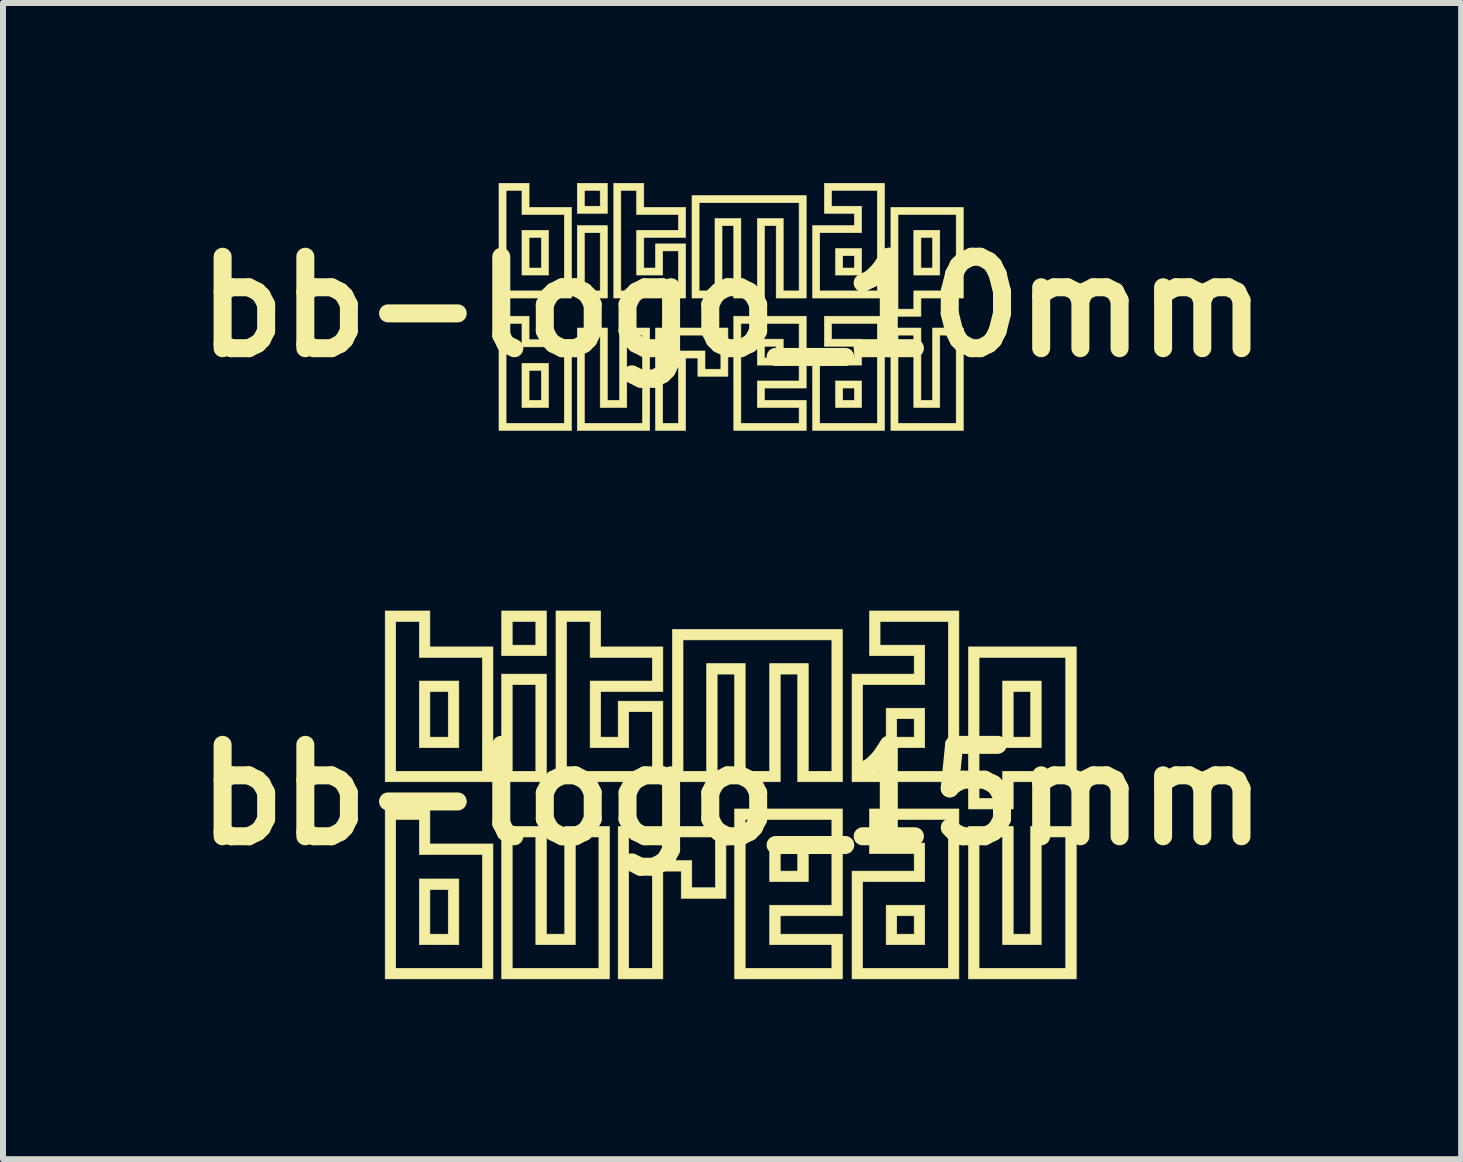
<source format=kicad_pcb>
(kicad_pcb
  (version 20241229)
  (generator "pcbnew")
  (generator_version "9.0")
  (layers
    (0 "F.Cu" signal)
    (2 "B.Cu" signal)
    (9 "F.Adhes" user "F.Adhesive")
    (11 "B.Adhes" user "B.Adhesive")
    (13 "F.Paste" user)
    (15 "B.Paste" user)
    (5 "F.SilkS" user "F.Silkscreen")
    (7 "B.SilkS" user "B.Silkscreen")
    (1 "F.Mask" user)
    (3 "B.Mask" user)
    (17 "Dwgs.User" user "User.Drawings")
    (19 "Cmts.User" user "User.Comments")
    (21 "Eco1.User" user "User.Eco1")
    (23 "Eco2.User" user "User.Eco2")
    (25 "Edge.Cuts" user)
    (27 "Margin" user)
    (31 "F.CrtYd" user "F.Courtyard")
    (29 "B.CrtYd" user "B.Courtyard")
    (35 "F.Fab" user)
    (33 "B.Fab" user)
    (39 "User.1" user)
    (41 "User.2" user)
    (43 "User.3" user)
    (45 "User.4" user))
  (footprint "bb-logo_10mm"
    (layer "F.Cu")
    (at 9.151 2.064)
    (property "Reference" "bb-logo_10mm" (at 0 0 0) (layer "F.SilkS") (effects (font (size 1.524 1.524) (thickness 0.3))))
    (attr through_hole)
    (fp_poly (pts (xy -3.06 -0.53) (xy -3.501 -0.53) (xy -3.501 -1.157) (xy -3.383 -1.157) (xy -3.383 -0.647) (xy -3.177 -0.647) (xy -3.177 -1.157) (xy -3.383 -1.157) (xy -3.501 -1.157) (xy -3.501 -1.275) (xy -3.06 -1.275) (xy -3.06 -0.53)) (stroke (width 0.01) (type solid)) (fill yes) (layer "F.SilkS"))
    (fp_poly (pts (xy -3.06 1.677) (xy -3.501 1.677) (xy -3.501 1.059) (xy -3.383 1.059) (xy -3.383 1.559) (xy -3.177 1.559) (xy -3.177 1.059) (xy -3.383 1.059) (xy -3.501 1.059) (xy -3.501 0.941) (xy -3.06 0.941) (xy -3.06 1.677)) (stroke (width 0.01) (type solid)) (fill yes) (layer "F.SilkS"))
    (fp_poly (pts (xy -2.079 -1.559) (xy -2.579 -1.559) (xy -2.579 -1.942) (xy -2.462 -1.942) (xy -2.462 -1.677) (xy -2.197 -1.677) (xy -2.197 -1.942) (xy -2.462 -1.942) (xy -2.579 -1.942) (xy -2.579 -2.059) (xy -2.079 -2.059) (xy -2.079 -1.559)) (stroke (width 0.01) (type solid)) (fill yes) (layer "F.SilkS"))
    (fp_poly (pts (xy -2.079 -0.147) (xy -2.579 -0.147) (xy -2.579 -1.236) (xy -2.462 -1.236) (xy -2.462 -0.265) (xy -2.197 -0.265) (xy -2.197 -1.236) (xy -2.462 -1.236) (xy -2.579 -1.236) (xy -2.579 -1.353) (xy -2.079 -1.353) (xy -2.079 -0.147)) (stroke (width 0.01) (type solid)) (fill yes) (layer "F.SilkS"))
    (fp_poly (pts (xy 0.853 0.971) (xy 0.422 0.971) (xy 0.422 0.657) (xy 0.539 0.657) (xy 0.539 0.853) (xy 0.736 0.853) (xy 0.736 0.657) (xy 0.539 0.657) (xy 0.422 0.657) (xy 0.422 0.539) (xy 0.853 0.539) (xy 0.853 0.971)) (stroke (width 0.01) (type solid)) (fill yes) (layer "F.SilkS"))
    (fp_poly (pts (xy 2.158 -0.53) (xy 1.726 -0.53) (xy 1.726 -0.853) (xy 1.844 -0.853) (xy 1.844 -0.647) (xy 2.04 -0.647) (xy 2.04 -0.853) (xy 1.844 -0.853) (xy 1.726 -0.853) (xy 1.726 -0.971) (xy 2.158 -0.971) (xy 2.158 -0.53)) (stroke (width 0.01) (type solid)) (fill yes) (layer "F.SilkS"))
    (fp_poly (pts (xy 2.158 1.677) (xy 1.726 1.677) (xy 1.726 1.353) (xy 1.844 1.353) (xy 1.844 1.559) (xy 2.04 1.559) (xy 2.04 1.353) (xy 1.844 1.353) (xy 1.726 1.353) (xy 1.726 1.236) (xy 2.158 1.236) (xy 2.158 1.677)) (stroke (width 0.01) (type solid)) (fill yes) (layer "F.SilkS"))
    (fp_poly (pts (xy 3.462 -0.53) (xy 3.03 -0.53) (xy 3.03 -1.157) (xy 3.148 -1.157) (xy 3.148 -0.647) (xy 3.344 -0.647) (xy 3.344 -1.157) (xy 3.148 -1.157) (xy 3.03 -1.157) (xy 3.03 -1.275) (xy 3.462 -1.275) (xy 3.462 -0.53)) (stroke (width 0.01) (type solid)) (fill yes) (layer "F.SilkS"))
    (fp_poly (pts (xy -3.383 -1.657) (xy -2.677 -1.657) (xy -2.677 -0.147) (xy -3.884 -0.147) (xy -3.884 -1.942) (xy -3.766 -1.942) (xy -3.766 -0.265) (xy -2.795 -0.265) (xy -2.795 -1.54) (xy -3.501 -1.54) (xy -3.501 -1.942) (xy -3.766 -1.942) (xy -3.884 -1.942) (xy -3.884 -2.059) (xy -3.383 -2.059) (xy -3.383 -1.657)) (stroke (width 0.01) (type solid)) (fill yes) (layer "F.SilkS"))
    (fp_poly (pts (xy -3.383 0.549) (xy -2.677 0.549) (xy -2.677 2.059) (xy -3.884 2.059) (xy -3.884 0.275) (xy -3.766 0.275) (xy -3.766 1.942) (xy -2.795 1.942) (xy -2.795 0.667) (xy -3.501 0.667) (xy -3.501 0.275) (xy -3.766 0.275) (xy -3.884 0.275) (xy -3.884 0.157) (xy -3.383 0.157) (xy -3.383 0.549)) (stroke (width 0.01) (type solid)) (fill yes) (layer "F.SilkS"))
    (fp_poly (pts (xy 3.854 -0.147) (xy 3.148 -0.147) (xy 3.148 0.157) (xy 2.648 0.157) (xy 2.648 -1.54) (xy 2.766 -1.54) (xy 2.766 0.039) (xy 3.03 0.039) (xy 3.03 -0.265) (xy 3.736 -0.265) (xy 3.736 -1.54) (xy 2.766 -1.54) (xy 2.648 -1.54) (xy 2.648 -1.657) (xy 3.854 -1.657) (xy 3.854 -0.147)) (stroke (width 0.01) (type solid)) (fill yes) (layer "F.SilkS"))
    (fp_poly (pts (xy -2.079 1.559) (xy -1.873 1.559) (xy -1.873 0.353) (xy -1.373 0.353) (xy -1.373 2.059) (xy -2.579 2.059) (xy -2.579 0.471) (xy -2.462 0.471) (xy -2.462 1.942) (xy -1.491 1.942) (xy -1.491 0.471) (xy -1.755 0.471) (xy -1.755 1.677) (xy -2.197 1.677) (xy -2.197 0.471) (xy -2.462 0.471) (xy -2.579 0.471) (xy -2.579 0.353) (xy -2.079 0.353) (xy -2.079 1.559)) (stroke (width 0.01) (type solid)) (fill yes) (layer "F.SilkS"))
    (fp_poly (pts (xy -0.069 1.157) (xy -0.569 1.157) (xy -0.569 0.853) (xy -0.775 0.853) (xy -0.775 2.059) (xy -1.275 2.059) (xy -1.275 0.471) (xy -1.157 0.471) (xy -1.157 1.942) (xy -0.892 1.942) (xy -0.892 0.736) (xy -0.451 0.736) (xy -0.451 1.04) (xy -0.186 1.04) (xy -0.186 0.471) (xy -1.157 0.471) (xy -1.275 0.471) (xy -1.275 0.353) (xy -0.069 0.353) (xy -0.069 1.157)) (stroke (width 0.01) (type solid)) (fill yes) (layer "F.SilkS"))
    (fp_poly (pts (xy 1.236 1.353) (xy 0.539 1.353) (xy 0.539 1.559) (xy 1.236 1.559) (xy 1.236 2.059) (xy 0.029 2.059) (xy 0.029 0.275) (xy 0.147 0.275) (xy 0.147 1.942) (xy 1.118 1.942) (xy 1.118 1.677) (xy 0.422 1.677) (xy 0.422 1.236) (xy 1.118 1.236) (xy 1.118 0.275) (xy 0.147 0.275) (xy 0.029 0.275) (xy 0.029 0.157) (xy 1.236 0.157) (xy 1.236 1.353)) (stroke (width 0.01) (type solid)) (fill yes) (layer "F.SilkS"))
    (fp_poly (pts (xy 2.54 -0.147) (xy 1.344 -0.147) (xy 1.344 -1.236) (xy 1.461 -1.236) (xy 1.461 -0.265) (xy 2.422 -0.265) (xy 2.422 -1.942) (xy 1.657 -1.942) (xy 1.657 -1.677) (xy 2.158 -1.677) (xy 2.158 -1.236) (xy 1.461 -1.236) (xy 1.344 -1.236) (xy 1.344 -1.353) (xy 2.04 -1.353) (xy 2.04 -1.559) (xy 1.54 -1.559) (xy 1.54 -2.059) (xy 2.54 -2.059) (xy 2.54 -0.147)) (stroke (width 0.01) (type solid)) (fill yes) (layer "F.SilkS"))
    (fp_poly (pts (xy 2.54 2.059) (xy 1.344 2.059) (xy 1.344 0.971) (xy 1.461 0.971) (xy 1.461 1.942) (xy 2.422 1.942) (xy 2.422 0.275) (xy 1.657 0.275) (xy 1.657 0.539) (xy 2.158 0.539) (xy 2.158 0.971) (xy 1.461 0.971) (xy 1.344 0.971) (xy 1.344 0.853) (xy 2.04 0.853) (xy 2.04 0.657) (xy 1.54 0.657) (xy 1.54 0.157) (xy 2.54 0.157) (xy 2.54 2.059)) (stroke (width 0.01) (type solid)) (fill yes) (layer "F.SilkS"))
    (fp_poly (pts (xy 3.148 1.559) (xy 3.344 1.559) (xy 3.344 0.353) (xy 3.854 0.353) (xy 3.854 2.059) (xy 2.648 2.059) (xy 2.648 0.471) (xy 2.766 0.471) (xy 2.766 1.942) (xy 3.736 1.942) (xy 3.736 0.471) (xy 3.462 0.471) (xy 3.462 1.677) (xy 3.03 1.677) (xy 3.03 0.471) (xy 2.766 0.471) (xy 2.648 0.471) (xy 2.648 0.353) (xy 3.148 0.353) (xy 3.148 1.559)) (stroke (width 0.01) (type solid)) (fill yes) (layer "F.SilkS"))
    (fp_poly (pts (xy -1.471 -1.657) (xy -0.775 -1.657) (xy -0.775 -1.157) (xy -1.471 -1.157) (xy -1.471 -0.647) (xy -1.275 -0.647) (xy -1.275 -1.049) (xy -0.775 -1.049) (xy -0.775 -0.147) (xy -1.971 -0.147) (xy -1.971 -1.942) (xy -1.854 -1.942) (xy -1.854 -0.265) (xy -0.892 -0.265) (xy -0.892 -0.932) (xy -1.157 -0.932) (xy -1.157 -0.53) (xy -1.589 -0.53) (xy -1.589 -1.275) (xy -0.892 -1.275) (xy -0.892 -1.54) (xy -1.589 -1.54) (xy -1.589 -1.942) (xy -1.854 -1.942) (xy -1.971 -1.942) (xy -1.971 -2.059) (xy -1.471 -2.059) (xy -1.471 -1.657)) (stroke (width 0.01) (type solid)) (fill yes) (layer "F.SilkS"))
    (fp_poly (pts (xy 1.236 -0.147) (xy 0.736 -0.147) (xy 0.736 -1.353) (xy 0.539 -1.353) (xy 0.539 -0.147) (xy 0.029 -0.147) (xy 0.029 -1.353) (xy -0.167 -1.353) (xy -0.167 -0.147) (xy -0.667 -0.147) (xy -0.667 -1.736) (xy -0.549 -1.736) (xy -0.549 -0.265) (xy -0.284 -0.265) (xy -0.284 -1.471) (xy 0.147 -1.471) (xy 0.147 -0.265) (xy 0.422 -0.265) (xy 0.422 -1.471) (xy 0.853 -1.471) (xy 0.853 -0.265) (xy 1.118 -0.265) (xy 1.118 -1.736) (xy -0.549 -1.736) (xy -0.667 -1.736) (xy -0.667 -1.854) (xy 1.236 -1.854) (xy 1.236 -0.147)) (stroke (width 0.01) (type solid)) (fill yes) (layer "F.SilkS")))
  (footprint "bb-logo_15mm"
    (layer "F.Cu")
    (at 9.151 10.199)
    (property "Reference" "bb-logo_15mm" (at 0 0 0) (layer "F.SilkS") (effects (font (size 1.524 1.524) (thickness 0.3))))
    (attr through_hole)
    (fp_poly (pts (xy -4.554 -0.788) (xy -5.211 -0.788) (xy -5.211 -1.723) (xy -5.036 -1.723) (xy -5.036 -0.963) (xy -4.73 -0.963) (xy -4.73 -1.723) (xy -5.036 -1.723) (xy -5.211 -1.723) (xy -5.211 -1.898) (xy -4.554 -1.898) (xy -4.554 -0.788)) (stroke (width 0.01) (type solid)) (fill yes) (layer "F.SilkS"))
    (fp_poly (pts (xy -4.554 2.496) (xy -5.211 2.496) (xy -5.211 1.577) (xy -5.036 1.577) (xy -5.036 2.321) (xy -4.73 2.321) (xy -4.73 1.577) (xy -5.036 1.577) (xy -5.211 1.577) (xy -5.211 1.401) (xy -4.554 1.401) (xy -4.554 2.496)) (stroke (width 0.01) (type solid)) (fill yes) (layer "F.SilkS"))
    (fp_poly (pts (xy -3.095 -2.321) (xy -3.839 -2.321) (xy -3.839 -2.89) (xy -3.664 -2.89) (xy -3.664 -2.496) (xy -3.27 -2.496) (xy -3.27 -2.89) (xy -3.664 -2.89) (xy -3.839 -2.89) (xy -3.839 -3.066) (xy -3.095 -3.066) (xy -3.095 -2.321)) (stroke (width 0.01) (type solid)) (fill yes) (layer "F.SilkS"))
    (fp_poly (pts (xy -3.095 -0.219) (xy -3.839 -0.219) (xy -3.839 -1.839) (xy -3.664 -1.839) (xy -3.664 -0.394) (xy -3.27 -0.394) (xy -3.27 -1.839) (xy -3.664 -1.839) (xy -3.839 -1.839) (xy -3.839 -2.014) (xy -3.095 -2.014) (xy -3.095 -0.219)) (stroke (width 0.01) (type solid)) (fill yes) (layer "F.SilkS"))
    (fp_poly (pts (xy 1.27 1.445) (xy 0.628 1.445) (xy 0.628 0.978) (xy 0.803 0.978) (xy 0.803 1.27) (xy 1.095 1.27) (xy 1.095 0.978) (xy 0.803 0.978) (xy 0.628 0.978) (xy 0.628 0.803) (xy 1.27 0.803) (xy 1.27 1.445)) (stroke (width 0.01) (type solid)) (fill yes) (layer "F.SilkS"))
    (fp_poly (pts (xy 3.211 -0.788) (xy 2.569 -0.788) (xy 2.569 -1.27) (xy 2.744 -1.27) (xy 2.744 -0.963) (xy 3.036 -0.963) (xy 3.036 -1.27) (xy 2.744 -1.27) (xy 2.569 -1.27) (xy 2.569 -1.445) (xy 3.211 -1.445) (xy 3.211 -0.788)) (stroke (width 0.01) (type solid)) (fill yes) (layer "F.SilkS"))
    (fp_poly (pts (xy 3.211 2.496) (xy 2.569 2.496) (xy 2.569 2.014) (xy 2.744 2.014) (xy 2.744 2.321) (xy 3.036 2.321) (xy 3.036 2.014) (xy 2.744 2.014) (xy 2.569 2.014) (xy 2.569 1.839) (xy 3.211 1.839) (xy 3.211 2.496)) (stroke (width 0.01) (type solid)) (fill yes) (layer "F.SilkS"))
    (fp_poly (pts (xy 5.153 -0.788) (xy 4.511 -0.788) (xy 4.511 -1.723) (xy 4.686 -1.723) (xy 4.686 -0.963) (xy 4.978 -0.963) (xy 4.978 -1.723) (xy 4.686 -1.723) (xy 4.511 -1.723) (xy 4.511 -1.898) (xy 5.153 -1.898) (xy 5.153 -0.788)) (stroke (width 0.01) (type solid)) (fill yes) (layer "F.SilkS"))
    (fp_poly (pts (xy -5.036 -2.467) (xy -3.985 -2.467) (xy -3.985 -0.219) (xy -5.781 -0.219) (xy -5.781 -2.89) (xy -5.606 -2.89) (xy -5.606 -0.394) (xy -4.16 -0.394) (xy -4.16 -2.292) (xy -5.211 -2.292) (xy -5.211 -2.89) (xy -5.606 -2.89) (xy -5.781 -2.89) (xy -5.781 -3.066) (xy -5.036 -3.066) (xy -5.036 -2.467)) (stroke (width 0.01) (type solid)) (fill yes) (layer "F.SilkS"))
    (fp_poly (pts (xy -5.036 0.817) (xy -3.985 0.817) (xy -3.985 3.066) (xy -5.781 3.066) (xy -5.781 0.409) (xy -5.606 0.409) (xy -5.606 2.89) (xy -4.16 2.89) (xy -4.16 0.993) (xy -5.211 0.993) (xy -5.211 0.409) (xy -5.606 0.409) (xy -5.781 0.409) (xy -5.781 0.234) (xy -5.036 0.234) (xy -5.036 0.817)) (stroke (width 0.01) (type solid)) (fill yes) (layer "F.SilkS"))
    (fp_poly (pts (xy 5.737 -0.219) (xy 4.686 -0.219) (xy 4.686 0.234) (xy 3.941 0.234) (xy 3.941 -2.292) (xy 4.117 -2.292) (xy 4.117 0.058) (xy 4.511 0.058) (xy 4.511 -0.394) (xy 5.562 -0.394) (xy 5.562 -2.292) (xy 4.117 -2.292) (xy 3.941 -2.292) (xy 3.941 -2.467) (xy 5.737 -2.467) (xy 5.737 -0.219)) (stroke (width 0.01) (type solid)) (fill yes) (layer "F.SilkS"))
    (fp_poly (pts (xy -3.095 2.321) (xy -2.788 2.321) (xy -2.788 0.526) (xy -2.044 0.526) (xy -2.044 3.066) (xy -3.839 3.066) (xy -3.839 0.701) (xy -3.664 0.701) (xy -3.664 2.89) (xy -2.219 2.89) (xy -2.219 0.701) (xy -2.613 0.701) (xy -2.613 2.496) (xy -3.27 2.496) (xy -3.27 0.701) (xy -3.664 0.701) (xy -3.839 0.701) (xy -3.839 0.526) (xy -3.095 0.526) (xy -3.095 2.321)) (stroke (width 0.01) (type solid)) (fill yes) (layer "F.SilkS"))
    (fp_poly (pts (xy -0.102 1.723) (xy -0.847 1.723) (xy -0.847 1.27) (xy -1.153 1.27) (xy -1.153 3.066) (xy -1.898 3.066) (xy -1.898 0.701) (xy -1.723 0.701) (xy -1.723 2.89) (xy -1.328 2.89) (xy -1.328 1.095) (xy -0.671 1.095) (xy -0.671 1.547) (xy -0.277 1.547) (xy -0.277 0.701) (xy -1.723 0.701) (xy -1.898 0.701) (xy -1.898 0.526) (xy -0.102 0.526) (xy -0.102 1.723)) (stroke (width 0.01) (type solid)) (fill yes) (layer "F.SilkS"))
    (fp_poly (pts (xy 1.839 2.014) (xy 0.803 2.014) (xy 0.803 2.321) (xy 1.839 2.321) (xy 1.839 3.066) (xy 0.044 3.066) (xy 0.044 0.409) (xy 0.219 0.409) (xy 0.219 2.89) (xy 1.664 2.89) (xy 1.664 2.496) (xy 0.628 2.496) (xy 0.628 1.839) (xy 1.664 1.839) (xy 1.664 0.409) (xy 0.219 0.409) (xy 0.044 0.409) (xy 0.044 0.234) (xy 1.839 0.234) (xy 1.839 2.014)) (stroke (width 0.01) (type solid)) (fill yes) (layer "F.SilkS"))
    (fp_poly (pts (xy 3.781 -0.219) (xy 2 -0.219) (xy 2 -1.839) (xy 2.175 -1.839) (xy 2.175 -0.394) (xy 3.606 -0.394) (xy 3.606 -2.89) (xy 2.467 -2.89) (xy 2.467 -2.496) (xy 3.211 -2.496) (xy 3.211 -1.839) (xy 2.175 -1.839) (xy 2 -1.839) (xy 2 -2.014) (xy 3.036 -2.014) (xy 3.036 -2.321) (xy 2.292 -2.321) (xy 2.292 -3.066) (xy 3.781 -3.066) (xy 3.781 -0.219)) (stroke (width 0.01) (type solid)) (fill yes) (layer "F.SilkS"))
    (fp_poly (pts (xy 3.781 3.066) (xy 2 3.066) (xy 2 1.445) (xy 2.175 1.445) (xy 2.175 2.89) (xy 3.606 2.89) (xy 3.606 0.409) (xy 2.467 0.409) (xy 2.467 0.803) (xy 3.211 0.803) (xy 3.211 1.445) (xy 2.175 1.445) (xy 2 1.445) (xy 2 1.27) (xy 3.036 1.27) (xy 3.036 0.978) (xy 2.292 0.978) (xy 2.292 0.234) (xy 3.781 0.234) (xy 3.781 3.066)) (stroke (width 0.01) (type solid)) (fill yes) (layer "F.SilkS"))
    (fp_poly (pts (xy 4.686 2.321) (xy 4.978 2.321) (xy 4.978 0.526) (xy 5.737 0.526) (xy 5.737 3.066) (xy 3.941 3.066) (xy 3.941 0.701) (xy 4.117 0.701) (xy 4.117 2.89) (xy 5.562 2.89) (xy 5.562 0.701) (xy 5.153 0.701) (xy 5.153 2.496) (xy 4.511 2.496) (xy 4.511 0.701) (xy 4.117 0.701) (xy 3.941 0.701) (xy 3.941 0.526) (xy 4.686 0.526) (xy 4.686 2.321)) (stroke (width 0.01) (type solid)) (fill yes) (layer "F.SilkS"))
    (fp_poly (pts (xy -2.19 -2.467) (xy -1.153 -2.467) (xy -1.153 -1.723) (xy -2.19 -1.723) (xy -2.19 -0.963) (xy -1.898 -0.963) (xy -1.898 -1.562) (xy -1.153 -1.562) (xy -1.153 -0.219) (xy -2.934 -0.219) (xy -2.934 -2.89) (xy -2.759 -2.89) (xy -2.759 -0.394) (xy -1.328 -0.394) (xy -1.328 -1.387) (xy -1.723 -1.387) (xy -1.723 -0.788) (xy -2.365 -0.788) (xy -2.365 -1.898) (xy -1.328 -1.898) (xy -1.328 -2.292) (xy -2.365 -2.292) (xy -2.365 -2.89) (xy -2.759 -2.89) (xy -2.934 -2.89) (xy -2.934 -3.066) (xy -2.19 -3.066) (xy -2.19 -2.467)) (stroke (width 0.01) (type solid)) (fill yes) (layer "F.SilkS"))
    (fp_poly (pts (xy 1.839 -0.219) (xy 1.095 -0.219) (xy 1.095 -2.014) (xy 0.803 -2.014) (xy 0.803 -0.219) (xy 0.044 -0.219) (xy 0.044 -2.014) (xy -0.248 -2.014) (xy -0.248 -0.219) (xy -0.993 -0.219) (xy -0.993 -2.584) (xy -0.817 -2.584) (xy -0.817 -0.394) (xy -0.423 -0.394) (xy -0.423 -2.19) (xy 0.219 -2.19) (xy 0.219 -0.394) (xy 0.628 -0.394) (xy 0.628 -2.19) (xy 1.27 -2.19) (xy 1.27 -0.394) (xy 1.664 -0.394) (xy 1.664 -2.584) (xy -0.817 -2.584) (xy -0.993 -2.584) (xy -0.993 -2.759) (xy 1.839 -2.759) (xy 1.839 -0.219)) (stroke (width 0.01) (type solid)) (fill yes) (layer "F.SilkS")))
  (gr_rect
    (start -3 -3)
    (end 21.303 16.27)
    (stroke (width 0.1) (type default))
    (fill no)
    (layer "Edge.Cuts")))
</source>
